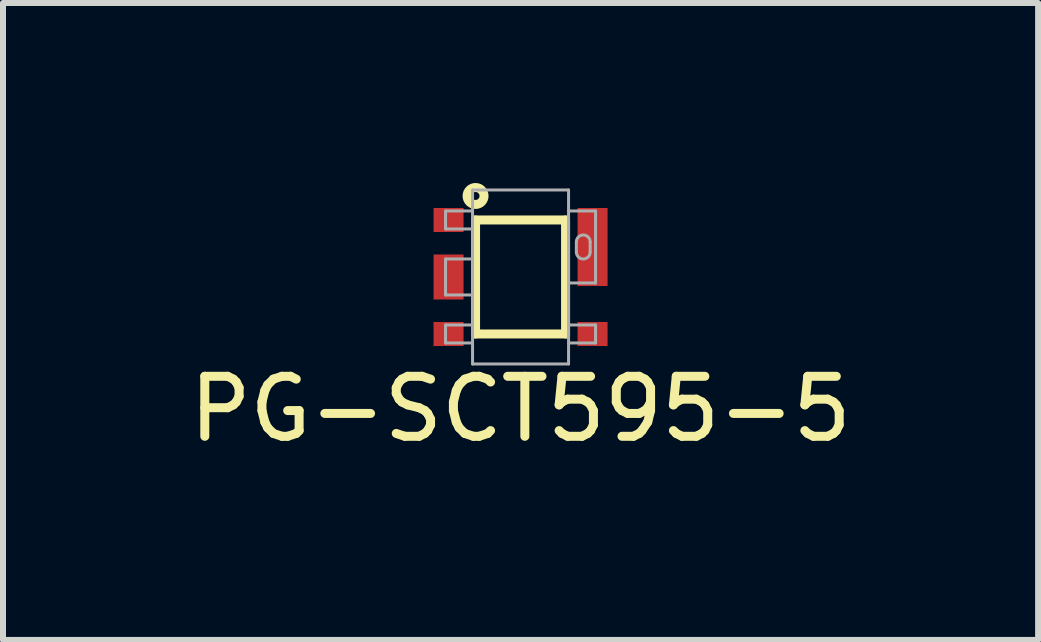
<source format=kicad_pcb>
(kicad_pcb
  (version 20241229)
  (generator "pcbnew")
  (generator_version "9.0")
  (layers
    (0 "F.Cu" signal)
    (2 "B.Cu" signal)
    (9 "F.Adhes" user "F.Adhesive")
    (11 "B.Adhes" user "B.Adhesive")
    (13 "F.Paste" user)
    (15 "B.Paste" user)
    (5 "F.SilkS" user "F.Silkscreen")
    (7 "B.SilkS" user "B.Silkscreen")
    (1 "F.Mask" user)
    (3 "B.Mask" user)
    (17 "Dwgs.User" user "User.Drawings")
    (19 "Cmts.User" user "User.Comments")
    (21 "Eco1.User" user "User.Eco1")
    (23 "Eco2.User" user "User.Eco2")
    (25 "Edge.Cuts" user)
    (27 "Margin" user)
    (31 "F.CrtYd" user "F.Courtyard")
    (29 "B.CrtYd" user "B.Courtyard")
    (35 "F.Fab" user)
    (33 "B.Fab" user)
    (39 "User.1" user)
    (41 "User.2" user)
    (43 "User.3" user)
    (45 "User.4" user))
  (footprint "PG-SCT595-5"
    (layer "F.Cu")
    (at 4.425 0.616)
    (property "Reference" "PG-SCT595-5" (at 1.2 3.15 0) (layer "F.SilkS") (effects (font (size 1 1) (thickness 0.15))))
    (attr through_hole)
    (fp_line (start 0.45 0) (end 1.95 0) (stroke (width 0.15) (type solid)) (layer "F.SilkS"))
    (fp_line (start 0.45 1.9) (end 0.45 0) (stroke (width 0.15) (type solid)) (layer "F.SilkS"))
    (fp_line (start 1.95 0) (end 1.95 1.9) (stroke (width 0.15) (type solid)) (layer "F.SilkS"))
    (fp_line (start 1.95 1.9) (end 0.45 1.9) (stroke (width 0.15) (type solid)) (layer "F.SilkS"))
    (fp_circle (center 0.45 -0.4) (end 0.55 -0.3) (stroke (width 0.15) (type solid)) (fill no) (layer "F.SilkS"))
    (fp_line (start -0.05 -0.15) (end -0.05 0.15) (stroke (width 0.05) (type solid)) (layer "F.Fab"))
    (fp_line (start -0.05 -0.15) (end 0.4 -0.15) (stroke (width 0.05) (type solid)) (layer "F.Fab"))
    (fp_line (start -0.05 0.15) (end 0.4 0.15) (stroke (width 0.05) (type solid)) (layer "F.Fab"))
    (fp_line (start -0.05 0.65) (end -0.05 1.25) (stroke (width 0.05) (type solid)) (layer "F.Fab"))
    (fp_line (start -0.05 0.65) (end 0.4 0.65) (stroke (width 0.05) (type solid)) (layer "F.Fab"))
    (fp_line (start -0.05 1.25) (end 0.4 1.25) (stroke (width 0.05) (type solid)) (layer "F.Fab"))
    (fp_line (start -0.05 1.75) (end -0.05 2.05) (stroke (width 0.05) (type solid)) (layer "F.Fab"))
    (fp_line (start -0.05 2.05) (end 0.4 2.05) (stroke (width 0.05) (type solid)) (layer "F.Fab"))
    (fp_line (start 0.4 -0.5) (end 2 -0.5) (stroke (width 0.05) (type solid)) (layer "F.Fab"))
    (fp_line (start 0.4 1.75) (end -0.05 1.75) (stroke (width 0.05) (type solid)) (layer "F.Fab"))
    (fp_line (start 0.4 2.4) (end 0.4 -0.5) (stroke (width 0.05) (type solid)) (layer "F.Fab"))
    (fp_line (start 2 -0.5) (end 2 2.4) (stroke (width 0.05) (type solid)) (layer "F.Fab"))
    (fp_line (start 2 -0.15) (end 2.45 -0.15) (stroke (width 0.05) (type solid)) (layer "F.Fab"))
    (fp_line (start 2 1.75) (end 2.45 1.75) (stroke (width 0.05) (type solid)) (layer "F.Fab"))
    (fp_line (start 2 2.4) (end 0.4 2.4) (stroke (width 0.05) (type solid)) (layer "F.Fab"))
    (fp_line (start 2.13 0.37) (end 2.13 0.53) (stroke (width 0.05) (type solid)) (layer "F.Fab"))
    (fp_line (start 2.36 0.37) (end 2.36 0.53) (stroke (width 0.05) (type solid)) (layer "F.Fab"))
    (fp_line (start 2.45 -0.15) (end 2.45 1.05) (stroke (width 0.05) (type solid)) (layer "F.Fab"))
    (fp_line (start 2.45 1.05) (end 2 1.05) (stroke (width 0.05) (type solid)) (layer "F.Fab"))
    (fp_line (start 2.45 1.75) (end 2.45 2.05) (stroke (width 0.05) (type solid)) (layer "F.Fab"))
    (fp_line (start 2.45 2.05) (end 2 2.05) (stroke (width 0.05) (type solid)) (layer "F.Fab"))
    (fp_arc (start 2.13 0.365) (mid 2.245 0.25) (end 2.36 0.365) (stroke (width 0.05) (type solid)) (layer "F.Fab"))
    (fp_arc (start 2.36 0.535) (mid 2.245 0.65) (end 2.13 0.535) (stroke (width 0.05) (type solid)) (layer "F.Fab"))
    (pad "1" smd rect (at 0 0) (size 0.5 0.4) (layers "F.Cu" "F.Mask" "F.Paste"))
    (pad "2" smd rect (at 0 0.95) (size 0.5 0.75) (layers "F.Cu" "F.Mask" "F.Paste"))
    (pad "3" smd rect (at 0 1.9) (size 0.5 0.4) (layers "F.Cu" "F.Mask" "F.Paste"))
    (pad "4" smd rect (at 2.4 1.9) (size 0.5 0.4) (layers "F.Cu" "F.Mask" "F.Paste"))
    (pad "5" smd rect (at 2.4 0.45) (size 0.5 1.3) (layers "F.Cu" "F.Mask" "F.Paste")))
  (gr_rect
    (start -3 -3)
    (end 14.25 7.615)
    (stroke (width 0.1) (type default))
    (fill no)
    (layer "Edge.Cuts")))
</source>
